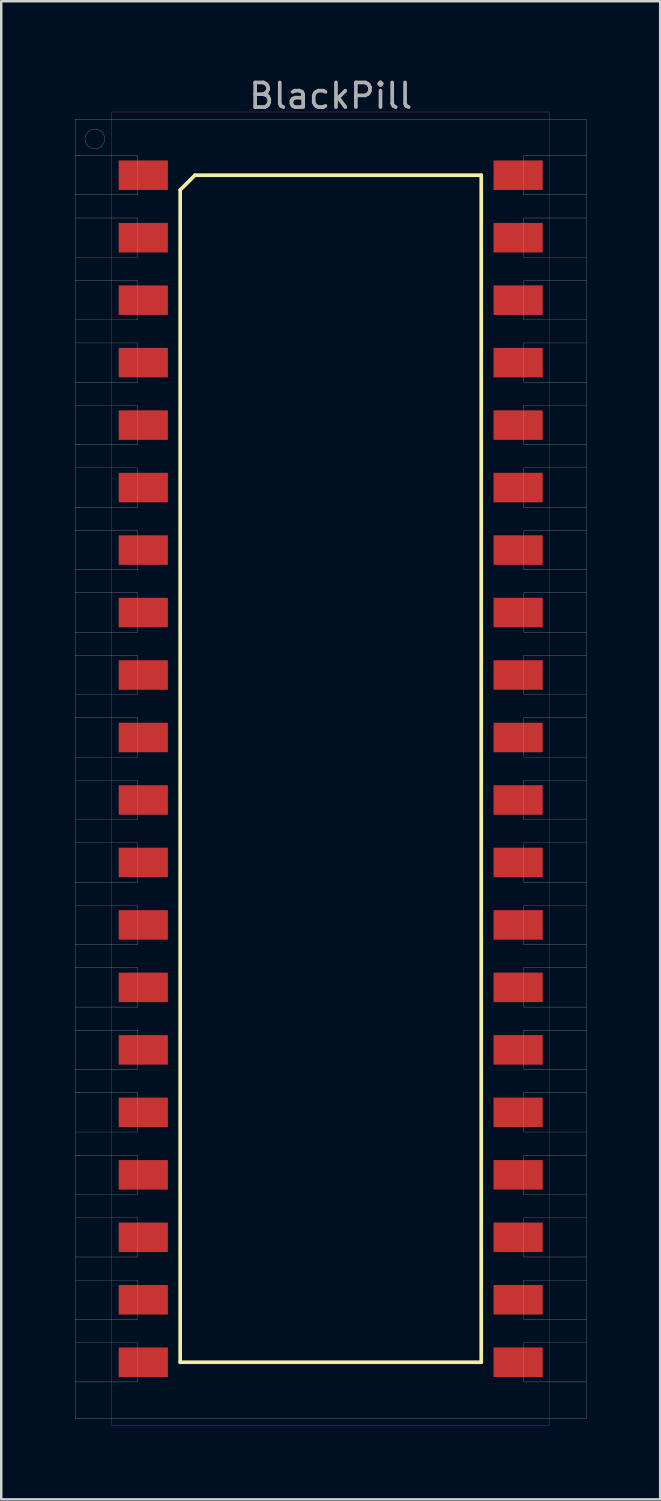
<source format=kicad_pcb>
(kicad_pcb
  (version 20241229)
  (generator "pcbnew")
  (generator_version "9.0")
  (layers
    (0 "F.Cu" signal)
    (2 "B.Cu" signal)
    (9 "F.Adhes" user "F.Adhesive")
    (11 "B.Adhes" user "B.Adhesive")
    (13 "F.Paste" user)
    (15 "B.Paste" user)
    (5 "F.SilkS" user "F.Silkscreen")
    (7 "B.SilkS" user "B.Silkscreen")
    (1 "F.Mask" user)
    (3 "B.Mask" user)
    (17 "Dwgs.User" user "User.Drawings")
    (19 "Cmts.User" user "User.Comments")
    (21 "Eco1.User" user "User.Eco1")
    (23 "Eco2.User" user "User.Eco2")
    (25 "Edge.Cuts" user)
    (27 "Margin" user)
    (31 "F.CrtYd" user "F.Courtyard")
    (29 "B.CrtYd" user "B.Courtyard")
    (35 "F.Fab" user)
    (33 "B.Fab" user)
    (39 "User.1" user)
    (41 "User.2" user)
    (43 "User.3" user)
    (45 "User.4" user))
  (footprint "BlackPill"
    (layer "F.Cu")
    (at 10.395 28.203)
    (property "Reference" "BlackPill" (at 0 -27.355 0) (layer "F.Fab") (effects (font (size 1 1) (thickness 0.15))))
    (attr through_hole)
    (fp_line (start -6.12 -23.53) (end -5.52 -24.13) (stroke (width 0.15) (type solid)) (layer "F.SilkS"))
    (fp_line (start -6.12 24.13) (end -6.12 -23.53) (stroke (width 0.15) (type solid)) (layer "F.SilkS"))
    (fp_line (start -5.52 -24.13) (end 6.12 -24.13) (stroke (width 0.15) (type solid)) (layer "F.SilkS"))
    (fp_line (start 6.12 -24.13) (end 6.12 24.13) (stroke (width 0.15) (type solid)) (layer "F.SilkS"))
    (fp_line (start 6.12 24.13) (end -6.12 24.13) (stroke (width 0.15) (type solid)) (layer "F.SilkS"))
    (fp_line (start -8.9 -26.7) (end 8.9 -26.7) (stroke (width 0.01) (type solid)) (layer "F.CrtYd"))
    (fp_line (start -8.9 26.7) (end -8.9 -26.7) (stroke (width 0.01) (type solid)) (layer "F.CrtYd"))
    (fp_line (start 8.9 -26.7) (end 8.9 26.7) (stroke (width 0.01) (type solid)) (layer "F.CrtYd"))
    (fp_line (start 8.9 26.7) (end -8.9 26.7) (stroke (width 0.01) (type solid)) (layer "F.CrtYd"))
    (fp_line (start -10.39 -26.405) (end 10.39 -26.405) (stroke (width 0.01) (type solid)) (layer "F.Fab"))
    (fp_line (start -10.39 -23.33) (end -7.85 -23.33) (stroke (width 0.01) (type solid)) (layer "F.Fab"))
    (fp_line (start -10.39 -20.79) (end -7.85 -20.79) (stroke (width 0.01) (type solid)) (layer "F.Fab"))
    (fp_line (start -10.39 -18.25) (end -7.85 -18.25) (stroke (width 0.01) (type solid)) (layer "F.Fab"))
    (fp_line (start -10.39 -15.71) (end -7.85 -15.71) (stroke (width 0.01) (type solid)) (layer "F.Fab"))
    (fp_line (start -10.39 -13.17) (end -7.85 -13.17) (stroke (width 0.01) (type solid)) (layer "F.Fab"))
    (fp_line (start -10.39 -10.63) (end -7.85 -10.63) (stroke (width 0.01) (type solid)) (layer "F.Fab"))
    (fp_line (start -10.39 -8.09) (end -7.85 -8.09) (stroke (width 0.01) (type solid)) (layer "F.Fab"))
    (fp_line (start -10.39 -5.55) (end -7.85 -5.55) (stroke (width 0.01) (type solid)) (layer "F.Fab"))
    (fp_line (start -10.39 -3.01) (end -7.85 -3.01) (stroke (width 0.01) (type solid)) (layer "F.Fab"))
    (fp_line (start -10.39 -0.47) (end -7.85 -0.47) (stroke (width 0.01) (type solid)) (layer "F.Fab"))
    (fp_line (start -10.39 2.07) (end -7.85 2.07) (stroke (width 0.01) (type solid)) (layer "F.Fab"))
    (fp_line (start -10.39 4.61) (end -7.85 4.61) (stroke (width 0.01) (type solid)) (layer "F.Fab"))
    (fp_line (start -10.39 7.15) (end -7.85 7.15) (stroke (width 0.01) (type solid)) (layer "F.Fab"))
    (fp_line (start -10.39 9.69) (end -7.85 9.69) (stroke (width 0.01) (type solid)) (layer "F.Fab"))
    (fp_line (start -10.39 12.23) (end -7.85 12.23) (stroke (width 0.01) (type solid)) (layer "F.Fab"))
    (fp_line (start -10.39 14.77) (end -7.85 14.77) (stroke (width 0.01) (type solid)) (layer "F.Fab"))
    (fp_line (start -10.39 17.31) (end -7.85 17.31) (stroke (width 0.01) (type solid)) (layer "F.Fab"))
    (fp_line (start -10.39 19.85) (end -7.85 19.85) (stroke (width 0.01) (type solid)) (layer "F.Fab"))
    (fp_line (start -10.39 22.39) (end -7.85 22.39) (stroke (width 0.01) (type solid)) (layer "F.Fab"))
    (fp_line (start -10.39 24.93) (end -7.85 24.93) (stroke (width 0.01) (type solid)) (layer "F.Fab"))
    (fp_line (start -10.39 26.405) (end -10.39 -26.405) (stroke (width 0.01) (type solid)) (layer "F.Fab"))
    (fp_line (start -7.85 -24.93) (end -10.39 -24.93) (stroke (width 0.01) (type solid)) (layer "F.Fab"))
    (fp_line (start -7.85 -23.33) (end -7.85 -24.93) (stroke (width 0.01) (type solid)) (layer "F.Fab"))
    (fp_line (start -7.85 -22.39) (end -10.39 -22.39) (stroke (width 0.01) (type solid)) (layer "F.Fab"))
    (fp_line (start -7.85 -20.79) (end -7.85 -22.39) (stroke (width 0.01) (type solid)) (layer "F.Fab"))
    (fp_line (start -7.85 -19.85) (end -10.39 -19.85) (stroke (width 0.01) (type solid)) (layer "F.Fab"))
    (fp_line (start -7.85 -18.25) (end -7.85 -19.85) (stroke (width 0.01) (type solid)) (layer "F.Fab"))
    (fp_line (start -7.85 -17.31) (end -10.39 -17.31) (stroke (width 0.01) (type solid)) (layer "F.Fab"))
    (fp_line (start -7.85 -15.71) (end -7.85 -17.31) (stroke (width 0.01) (type solid)) (layer "F.Fab"))
    (fp_line (start -7.85 -14.77) (end -10.39 -14.77) (stroke (width 0.01) (type solid)) (layer "F.Fab"))
    (fp_line (start -7.85 -13.17) (end -7.85 -14.77) (stroke (width 0.01) (type solid)) (layer "F.Fab"))
    (fp_line (start -7.85 -12.23) (end -10.39 -12.23) (stroke (width 0.01) (type solid)) (layer "F.Fab"))
    (fp_line (start -7.85 -10.63) (end -7.85 -12.23) (stroke (width 0.01) (type solid)) (layer "F.Fab"))
    (fp_line (start -7.85 -9.69) (end -10.39 -9.69) (stroke (width 0.01) (type solid)) (layer "F.Fab"))
    (fp_line (start -7.85 -8.09) (end -7.85 -9.69) (stroke (width 0.01) (type solid)) (layer "F.Fab"))
    (fp_line (start -7.85 -7.15) (end -10.39 -7.15) (stroke (width 0.01) (type solid)) (layer "F.Fab"))
    (fp_line (start -7.85 -5.55) (end -7.85 -7.15) (stroke (width 0.01) (type solid)) (layer "F.Fab"))
    (fp_line (start -7.85 -4.61) (end -10.39 -4.61) (stroke (width 0.01) (type solid)) (layer "F.Fab"))
    (fp_line (start -7.85 -3.01) (end -7.85 -4.61) (stroke (width 0.01) (type solid)) (layer "F.Fab"))
    (fp_line (start -7.85 -2.07) (end -10.39 -2.07) (stroke (width 0.01) (type solid)) (layer "F.Fab"))
    (fp_line (start -7.85 -0.47) (end -7.85 -2.07) (stroke (width 0.01) (type solid)) (layer "F.Fab"))
    (fp_line (start -7.85 0.47) (end -10.39 0.47) (stroke (width 0.01) (type solid)) (layer "F.Fab"))
    (fp_line (start -7.85 2.07) (end -7.85 0.47) (stroke (width 0.01) (type solid)) (layer "F.Fab"))
    (fp_line (start -7.85 3.01) (end -10.39 3.01) (stroke (width 0.01) (type solid)) (layer "F.Fab"))
    (fp_line (start -7.85 4.61) (end -7.85 3.01) (stroke (width 0.01) (type solid)) (layer "F.Fab"))
    (fp_line (start -7.85 5.55) (end -10.39 5.55) (stroke (width 0.01) (type solid)) (layer "F.Fab"))
    (fp_line (start -7.85 7.15) (end -7.85 5.55) (stroke (width 0.01) (type solid)) (layer "F.Fab"))
    (fp_line (start -7.85 8.09) (end -10.39 8.09) (stroke (width 0.01) (type solid)) (layer "F.Fab"))
    (fp_line (start -7.85 9.69) (end -7.85 8.09) (stroke (width 0.01) (type solid)) (layer "F.Fab"))
    (fp_line (start -7.85 10.63) (end -10.39 10.63) (stroke (width 0.01) (type solid)) (layer "F.Fab"))
    (fp_line (start -7.85 12.23) (end -7.85 10.63) (stroke (width 0.01) (type solid)) (layer "F.Fab"))
    (fp_line (start -7.85 13.17) (end -10.39 13.17) (stroke (width 0.01) (type solid)) (layer "F.Fab"))
    (fp_line (start -7.85 14.77) (end -7.85 13.17) (stroke (width 0.01) (type solid)) (layer "F.Fab"))
    (fp_line (start -7.85 15.71) (end -10.39 15.71) (stroke (width 0.01) (type solid)) (layer "F.Fab"))
    (fp_line (start -7.85 17.31) (end -7.85 15.71) (stroke (width 0.01) (type solid)) (layer "F.Fab"))
    (fp_line (start -7.85 18.25) (end -10.39 18.25) (stroke (width 0.01) (type solid)) (layer "F.Fab"))
    (fp_line (start -7.85 19.85) (end -7.85 18.25) (stroke (width 0.01) (type solid)) (layer "F.Fab"))
    (fp_line (start -7.85 20.79) (end -10.39 20.79) (stroke (width 0.01) (type solid)) (layer "F.Fab"))
    (fp_line (start -7.85 22.39) (end -7.85 20.79) (stroke (width 0.01) (type solid)) (layer "F.Fab"))
    (fp_line (start -7.85 23.33) (end -10.39 23.33) (stroke (width 0.01) (type solid)) (layer "F.Fab"))
    (fp_line (start -7.85 24.93) (end -7.85 23.33) (stroke (width 0.01) (type solid)) (layer "F.Fab"))
    (fp_line (start 7.85 -24.93) (end 7.85 -23.33) (stroke (width 0.01) (type solid)) (layer "F.Fab"))
    (fp_line (start 7.85 -23.33) (end 10.39 -23.33) (stroke (width 0.01) (type solid)) (layer "F.Fab"))
    (fp_line (start 7.85 -22.39) (end 7.85 -20.79) (stroke (width 0.01) (type solid)) (layer "F.Fab"))
    (fp_line (start 7.85 -20.79) (end 10.39 -20.79) (stroke (width 0.01) (type solid)) (layer "F.Fab"))
    (fp_line (start 7.85 -19.85) (end 7.85 -18.25) (stroke (width 0.01) (type solid)) (layer "F.Fab"))
    (fp_line (start 7.85 -18.25) (end 10.39 -18.25) (stroke (width 0.01) (type solid)) (layer "F.Fab"))
    (fp_line (start 7.85 -17.31) (end 7.85 -15.71) (stroke (width 0.01) (type solid)) (layer "F.Fab"))
    (fp_line (start 7.85 -15.71) (end 10.39 -15.71) (stroke (width 0.01) (type solid)) (layer "F.Fab"))
    (fp_line (start 7.85 -14.77) (end 7.85 -13.17) (stroke (width 0.01) (type solid)) (layer "F.Fab"))
    (fp_line (start 7.85 -13.17) (end 10.39 -13.17) (stroke (width 0.01) (type solid)) (layer "F.Fab"))
    (fp_line (start 7.85 -12.23) (end 7.85 -10.63) (stroke (width 0.01) (type solid)) (layer "F.Fab"))
    (fp_line (start 7.85 -10.63) (end 10.39 -10.63) (stroke (width 0.01) (type solid)) (layer "F.Fab"))
    (fp_line (start 7.85 -9.69) (end 7.85 -8.09) (stroke (width 0.01) (type solid)) (layer "F.Fab"))
    (fp_line (start 7.85 -8.09) (end 10.39 -8.09) (stroke (width 0.01) (type solid)) (layer "F.Fab"))
    (fp_line (start 7.85 -7.15) (end 7.85 -5.55) (stroke (width 0.01) (type solid)) (layer "F.Fab"))
    (fp_line (start 7.85 -5.55) (end 10.39 -5.55) (stroke (width 0.01) (type solid)) (layer "F.Fab"))
    (fp_line (start 7.85 -4.61) (end 7.85 -3.01) (stroke (width 0.01) (type solid)) (layer "F.Fab"))
    (fp_line (start 7.85 -3.01) (end 10.39 -3.01) (stroke (width 0.01) (type solid)) (layer "F.Fab"))
    (fp_line (start 7.85 -2.07) (end 7.85 -0.47) (stroke (width 0.01) (type solid)) (layer "F.Fab"))
    (fp_line (start 7.85 -0.47) (end 10.39 -0.47) (stroke (width 0.01) (type solid)) (layer "F.Fab"))
    (fp_line (start 7.85 0.47) (end 7.85 2.07) (stroke (width 0.01) (type solid)) (layer "F.Fab"))
    (fp_line (start 7.85 2.07) (end 10.39 2.07) (stroke (width 0.01) (type solid)) (layer "F.Fab"))
    (fp_line (start 7.85 3.01) (end 7.85 4.61) (stroke (width 0.01) (type solid)) (layer "F.Fab"))
    (fp_line (start 7.85 4.61) (end 10.39 4.61) (stroke (width 0.01) (type solid)) (layer "F.Fab"))
    (fp_line (start 7.85 5.55) (end 7.85 7.15) (stroke (width 0.01) (type solid)) (layer "F.Fab"))
    (fp_line (start 7.85 7.15) (end 10.39 7.15) (stroke (width 0.01) (type solid)) (layer "F.Fab"))
    (fp_line (start 7.85 8.09) (end 7.85 9.69) (stroke (width 0.01) (type solid)) (layer "F.Fab"))
    (fp_line (start 7.85 9.69) (end 10.39 9.69) (stroke (width 0.01) (type solid)) (layer "F.Fab"))
    (fp_line (start 7.85 10.63) (end 7.85 12.23) (stroke (width 0.01) (type solid)) (layer "F.Fab"))
    (fp_line (start 7.85 12.23) (end 10.39 12.23) (stroke (width 0.01) (type solid)) (layer "F.Fab"))
    (fp_line (start 7.85 13.17) (end 7.85 14.77) (stroke (width 0.01) (type solid)) (layer "F.Fab"))
    (fp_line (start 7.85 14.77) (end 10.39 14.77) (stroke (width 0.01) (type solid)) (layer "F.Fab"))
    (fp_line (start 7.85 15.71) (end 7.85 17.31) (stroke (width 0.01) (type solid)) (layer "F.Fab"))
    (fp_line (start 7.85 17.31) (end 10.39 17.31) (stroke (width 0.01) (type solid)) (layer "F.Fab"))
    (fp_line (start 7.85 18.25) (end 7.85 19.85) (stroke (width 0.01) (type solid)) (layer "F.Fab"))
    (fp_line (start 7.85 19.85) (end 10.39 19.85) (stroke (width 0.01) (type solid)) (layer "F.Fab"))
    (fp_line (start 7.85 20.79) (end 7.85 22.39) (stroke (width 0.01) (type solid)) (layer "F.Fab"))
    (fp_line (start 7.85 22.39) (end 10.39 22.39) (stroke (width 0.01) (type solid)) (layer "F.Fab"))
    (fp_line (start 7.85 23.33) (end 7.85 24.93) (stroke (width 0.01) (type solid)) (layer "F.Fab"))
    (fp_line (start 7.85 24.93) (end 10.39 24.93) (stroke (width 0.01) (type solid)) (layer "F.Fab"))
    (fp_line (start 10.39 -26.405) (end 10.39 26.405) (stroke (width 0.01) (type solid)) (layer "F.Fab"))
    (fp_line (start 10.39 -24.93) (end 7.85 -24.93) (stroke (width 0.01) (type solid)) (layer "F.Fab"))
    (fp_line (start 10.39 -22.39) (end 7.85 -22.39) (stroke (width 0.01) (type solid)) (layer "F.Fab"))
    (fp_line (start 10.39 -19.85) (end 7.85 -19.85) (stroke (width 0.01) (type solid)) (layer "F.Fab"))
    (fp_line (start 10.39 -17.31) (end 7.85 -17.31) (stroke (width 0.01) (type solid)) (layer "F.Fab"))
    (fp_line (start 10.39 -14.77) (end 7.85 -14.77) (stroke (width 0.01) (type solid)) (layer "F.Fab"))
    (fp_line (start 10.39 -12.23) (end 7.85 -12.23) (stroke (width 0.01) (type solid)) (layer "F.Fab"))
    (fp_line (start 10.39 -9.69) (end 7.85 -9.69) (stroke (width 0.01) (type solid)) (layer "F.Fab"))
    (fp_line (start 10.39 -7.15) (end 7.85 -7.15) (stroke (width 0.01) (type solid)) (layer "F.Fab"))
    (fp_line (start 10.39 -4.61) (end 7.85 -4.61) (stroke (width 0.01) (type solid)) (layer "F.Fab"))
    (fp_line (start 10.39 -2.07) (end 7.85 -2.07) (stroke (width 0.01) (type solid)) (layer "F.Fab"))
    (fp_line (start 10.39 0.47) (end 7.85 0.47) (stroke (width 0.01) (type solid)) (layer "F.Fab"))
    (fp_line (start 10.39 3.01) (end 7.85 3.01) (stroke (width 0.01) (type solid)) (layer "F.Fab"))
    (fp_line (start 10.39 5.55) (end 7.85 5.55) (stroke (width 0.01) (type solid)) (layer "F.Fab"))
    (fp_line (start 10.39 8.09) (end 7.85 8.09) (stroke (width 0.01) (type solid)) (layer "F.Fab"))
    (fp_line (start 10.39 10.63) (end 7.85 10.63) (stroke (width 0.01) (type solid)) (layer "F.Fab"))
    (fp_line (start 10.39 13.17) (end 7.85 13.17) (stroke (width 0.01) (type solid)) (layer "F.Fab"))
    (fp_line (start 10.39 15.71) (end 7.85 15.71) (stroke (width 0.01) (type solid)) (layer "F.Fab"))
    (fp_line (start 10.39 18.25) (end 7.85 18.25) (stroke (width 0.01) (type solid)) (layer "F.Fab"))
    (fp_line (start 10.39 20.79) (end 7.85 20.79) (stroke (width 0.01) (type solid)) (layer "F.Fab"))
    (fp_line (start 10.39 23.33) (end 7.85 23.33) (stroke (width 0.01) (type solid)) (layer "F.Fab"))
    (fp_line (start 10.39 26.405) (end -10.39 26.405) (stroke (width 0.01) (type solid)) (layer "F.Fab"))
    (fp_circle (center -9.59 -25.605) (end -9.59 -25.205) (stroke (width 0.01) (type solid)) (fill no) (layer "F.Fab"))
    (pad "1" smd rect (at -7.62 -24.13) (size 2 1.2) (layers "F.Cu" "F.Mask" "F.Paste"))
    (pad "2" smd rect (at -7.62 -21.59) (size 2 1.2) (layers "F.Cu" "F.Mask" "F.Paste"))
    (pad "3" smd rect (at -7.62 -19.05) (size 2 1.2) (layers "F.Cu" "F.Mask" "F.Paste"))
    (pad "4" smd rect (at -7.62 -16.51) (size 2 1.2) (layers "F.Cu" "F.Mask" "F.Paste"))
    (pad "5" smd rect (at -7.62 -13.97) (size 2 1.2) (layers "F.Cu" "F.Mask" "F.Paste"))
    (pad "6" smd rect (at -7.62 -11.43) (size 2 1.2) (layers "F.Cu" "F.Mask" "F.Paste"))
    (pad "7" smd rect (at -7.62 -8.89) (size 2 1.2) (layers "F.Cu" "F.Mask" "F.Paste"))
    (pad "8" smd rect (at -7.62 -6.35) (size 2 1.2) (layers "F.Cu" "F.Mask" "F.Paste"))
    (pad "9" smd rect (at -7.62 -3.81) (size 2 1.2) (layers "F.Cu" "F.Mask" "F.Paste"))
    (pad "10" smd rect (at -7.62 -1.27) (size 2 1.2) (layers "F.Cu" "F.Mask" "F.Paste"))
    (pad "11" smd rect (at -7.62 1.27) (size 2 1.2) (layers "F.Cu" "F.Mask" "F.Paste"))
    (pad "12" smd rect (at -7.62 3.81) (size 2 1.2) (layers "F.Cu" "F.Mask" "F.Paste"))
    (pad "13" smd rect (at -7.62 6.35) (size 2 1.2) (layers "F.Cu" "F.Mask" "F.Paste"))
    (pad "14" smd rect (at -7.62 8.89) (size 2 1.2) (layers "F.Cu" "F.Mask" "F.Paste"))
    (pad "15" smd rect (at -7.62 11.43) (size 2 1.2) (layers "F.Cu" "F.Mask" "F.Paste"))
    (pad "16" smd rect (at -7.62 13.97) (size 2 1.2) (layers "F.Cu" "F.Mask" "F.Paste"))
    (pad "17" smd rect (at -7.62 16.51) (size 2 1.2) (layers "F.Cu" "F.Mask" "F.Paste"))
    (pad "18" smd rect (at -7.62 19.05) (size 2 1.2) (layers "F.Cu" "F.Mask" "F.Paste"))
    (pad "19" smd rect (at -7.62 21.59) (size 2 1.2) (layers "F.Cu" "F.Mask" "F.Paste"))
    (pad "20" smd rect (at -7.62 24.13) (size 2 1.2) (layers "F.Cu" "F.Mask" "F.Paste"))
    (pad "21" smd rect (at 7.62 24.13) (size 2 1.2) (layers "F.Cu" "F.Mask" "F.Paste"))
    (pad "22" smd rect (at 7.62 21.59) (size 2 1.2) (layers "F.Cu" "F.Mask" "F.Paste"))
    (pad "23" smd rect (at 7.62 19.05) (size 2 1.2) (layers "F.Cu" "F.Mask" "F.Paste"))
    (pad "24" smd rect (at 7.62 16.51) (size 2 1.2) (layers "F.Cu" "F.Mask" "F.Paste"))
    (pad "25" smd rect (at 7.62 13.97) (size 2 1.2) (layers "F.Cu" "F.Mask" "F.Paste"))
    (pad "26" smd rect (at 7.62 11.43) (size 2 1.2) (layers "F.Cu" "F.Mask" "F.Paste"))
    (pad "27" smd rect (at 7.62 8.89) (size 2 1.2) (layers "F.Cu" "F.Mask" "F.Paste"))
    (pad "28" smd rect (at 7.62 6.35) (size 2 1.2) (layers "F.Cu" "F.Mask" "F.Paste"))
    (pad "29" smd rect (at 7.62 3.81) (size 2 1.2) (layers "F.Cu" "F.Mask" "F.Paste"))
    (pad "30" smd rect (at 7.62 1.27) (size 2 1.2) (layers "F.Cu" "F.Mask" "F.Paste"))
    (pad "31" smd rect (at 7.62 -1.27) (size 2 1.2) (layers "F.Cu" "F.Mask" "F.Paste"))
    (pad "32" smd rect (at 7.62 -3.81) (size 2 1.2) (layers "F.Cu" "F.Mask" "F.Paste"))
    (pad "33" smd rect (at 7.62 -6.35) (size 2 1.2) (layers "F.Cu" "F.Mask" "F.Paste"))
    (pad "34" smd rect (at 7.62 -8.89) (size 2 1.2) (layers "F.Cu" "F.Mask" "F.Paste"))
    (pad "35" smd rect (at 7.62 -11.43) (size 2 1.2) (layers "F.Cu" "F.Mask" "F.Paste"))
    (pad "36" smd rect (at 7.62 -13.97) (size 2 1.2) (layers "F.Cu" "F.Mask" "F.Paste"))
    (pad "37" smd rect (at 7.62 -16.51) (size 2 1.2) (layers "F.Cu" "F.Mask" "F.Paste"))
    (pad "38" smd rect (at 7.62 -19.05) (size 2 1.2) (layers "F.Cu" "F.Mask" "F.Paste"))
    (pad "39" smd rect (at 7.62 -21.59) (size 2 1.2) (layers "F.Cu" "F.Mask" "F.Paste"))
    (pad "40" smd rect (at 7.62 -24.13) (size 2 1.2) (layers "F.Cu" "F.Mask" "F.Paste")))
  (gr_rect
    (start -3 -3)
    (end 23.79 57.908)
    (stroke (width 0.1) (type default))
    (fill no)
    (layer "Edge.Cuts")))
</source>
